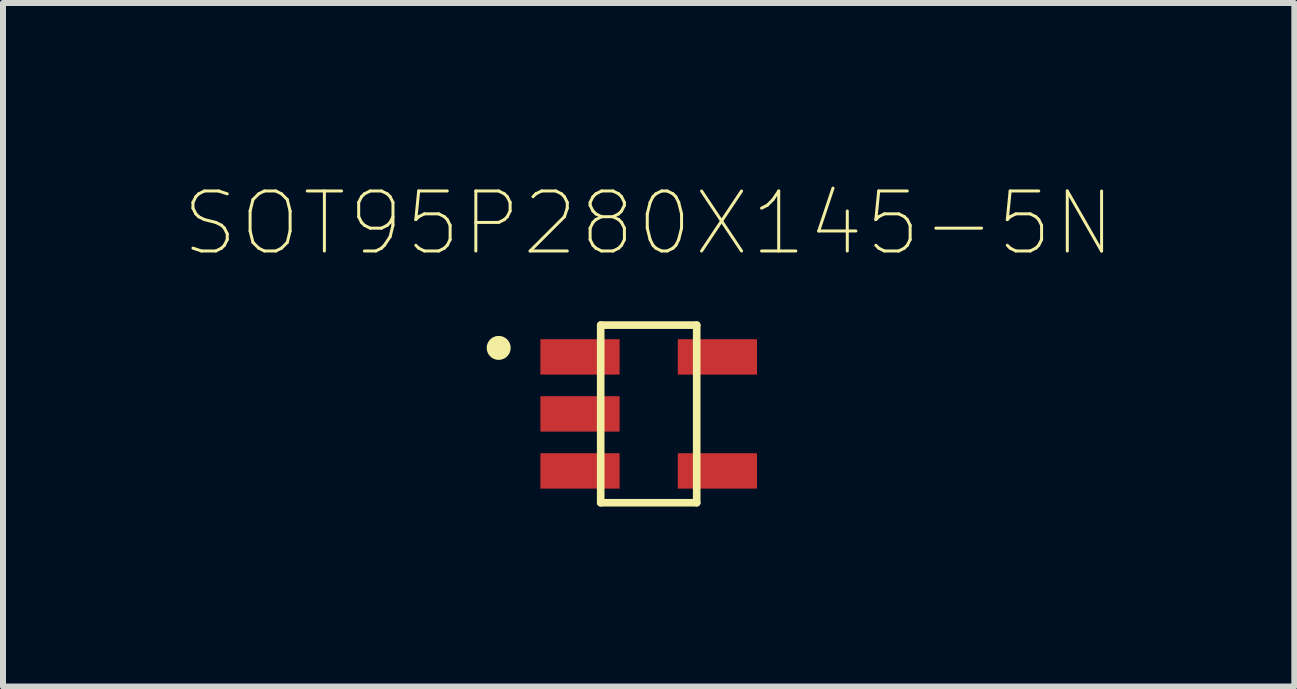
<source format=kicad_pcb>
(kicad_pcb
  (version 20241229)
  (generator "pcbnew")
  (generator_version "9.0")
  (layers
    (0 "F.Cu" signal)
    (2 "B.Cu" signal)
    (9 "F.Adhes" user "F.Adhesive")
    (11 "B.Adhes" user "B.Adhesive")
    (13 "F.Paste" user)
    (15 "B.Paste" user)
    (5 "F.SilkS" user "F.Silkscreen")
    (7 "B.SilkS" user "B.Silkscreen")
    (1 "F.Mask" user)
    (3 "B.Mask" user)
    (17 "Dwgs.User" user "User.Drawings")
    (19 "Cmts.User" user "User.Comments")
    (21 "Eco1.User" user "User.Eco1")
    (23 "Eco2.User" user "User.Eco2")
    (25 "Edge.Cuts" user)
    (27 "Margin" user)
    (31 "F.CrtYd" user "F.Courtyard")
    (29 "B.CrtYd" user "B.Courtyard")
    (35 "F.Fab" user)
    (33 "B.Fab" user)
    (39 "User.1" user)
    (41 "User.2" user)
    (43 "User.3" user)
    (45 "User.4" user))
  (footprint "SOT95P280X145-5N"
    (layer "F.Cu")
    (at 7.761 3.848)
    (property "Reference" "SOT95P280X145-5N" (at 0 -3.175 0) (layer "F.SilkS") (effects (font (size 1 1) (thickness 0.05))))
    (attr smd)
    (fp_line (start -0.8 -1.48) (end -0.8 1.48) (stroke (width 0.127) (type solid)) (layer "F.SilkS"))
    (fp_line (start -0.8 1.48) (end 0.8 1.48) (stroke (width 0.127) (type solid)) (layer "F.SilkS"))
    (fp_line (start 0.8 -1.48) (end -0.8 -1.48) (stroke (width 0.127) (type solid)) (layer "F.SilkS"))
    (fp_line (start 0.8 1.48) (end 0.8 -1.48) (stroke (width 0.127) (type solid)) (layer "F.SilkS"))
    (fp_circle (center -2.5 -1.1) (end -2.4 -1.1) (stroke (width 0.2) (type solid)) (fill no) (layer "F.SilkS"))
    (fp_circle (center -2.5 -1.1) (end -2.4 -1.1) (stroke (width 0.2) (type solid)) (fill no) (layer "Eco2.User"))
    (pad "1" smd rect (at -1.145 -0.95) (size 1.32 0.59) (layers "F.Cu" "F.Mask" "F.Paste"))
    (pad "2" smd rect (at -1.145 0) (size 1.32 0.59) (layers "F.Cu" "F.Mask" "F.Paste"))
    (pad "3" smd rect (at -1.145 0.95) (size 1.32 0.59) (layers "F.Cu" "F.Mask" "F.Paste"))
    (pad "4" smd rect (at 1.145 0.95) (size 1.32 0.59) (layers "F.Cu" "F.Mask" "F.Paste"))
    (pad "5" smd rect (at 1.145 -0.95) (size 1.32 0.59) (layers "F.Cu" "F.Mask" "F.Paste")))
  (gr_rect
    (start -3 -3)
    (end 18.521 8.391)
    (stroke (width 0.1) (type default))
    (fill no)
    (layer "Edge.Cuts")))
</source>
